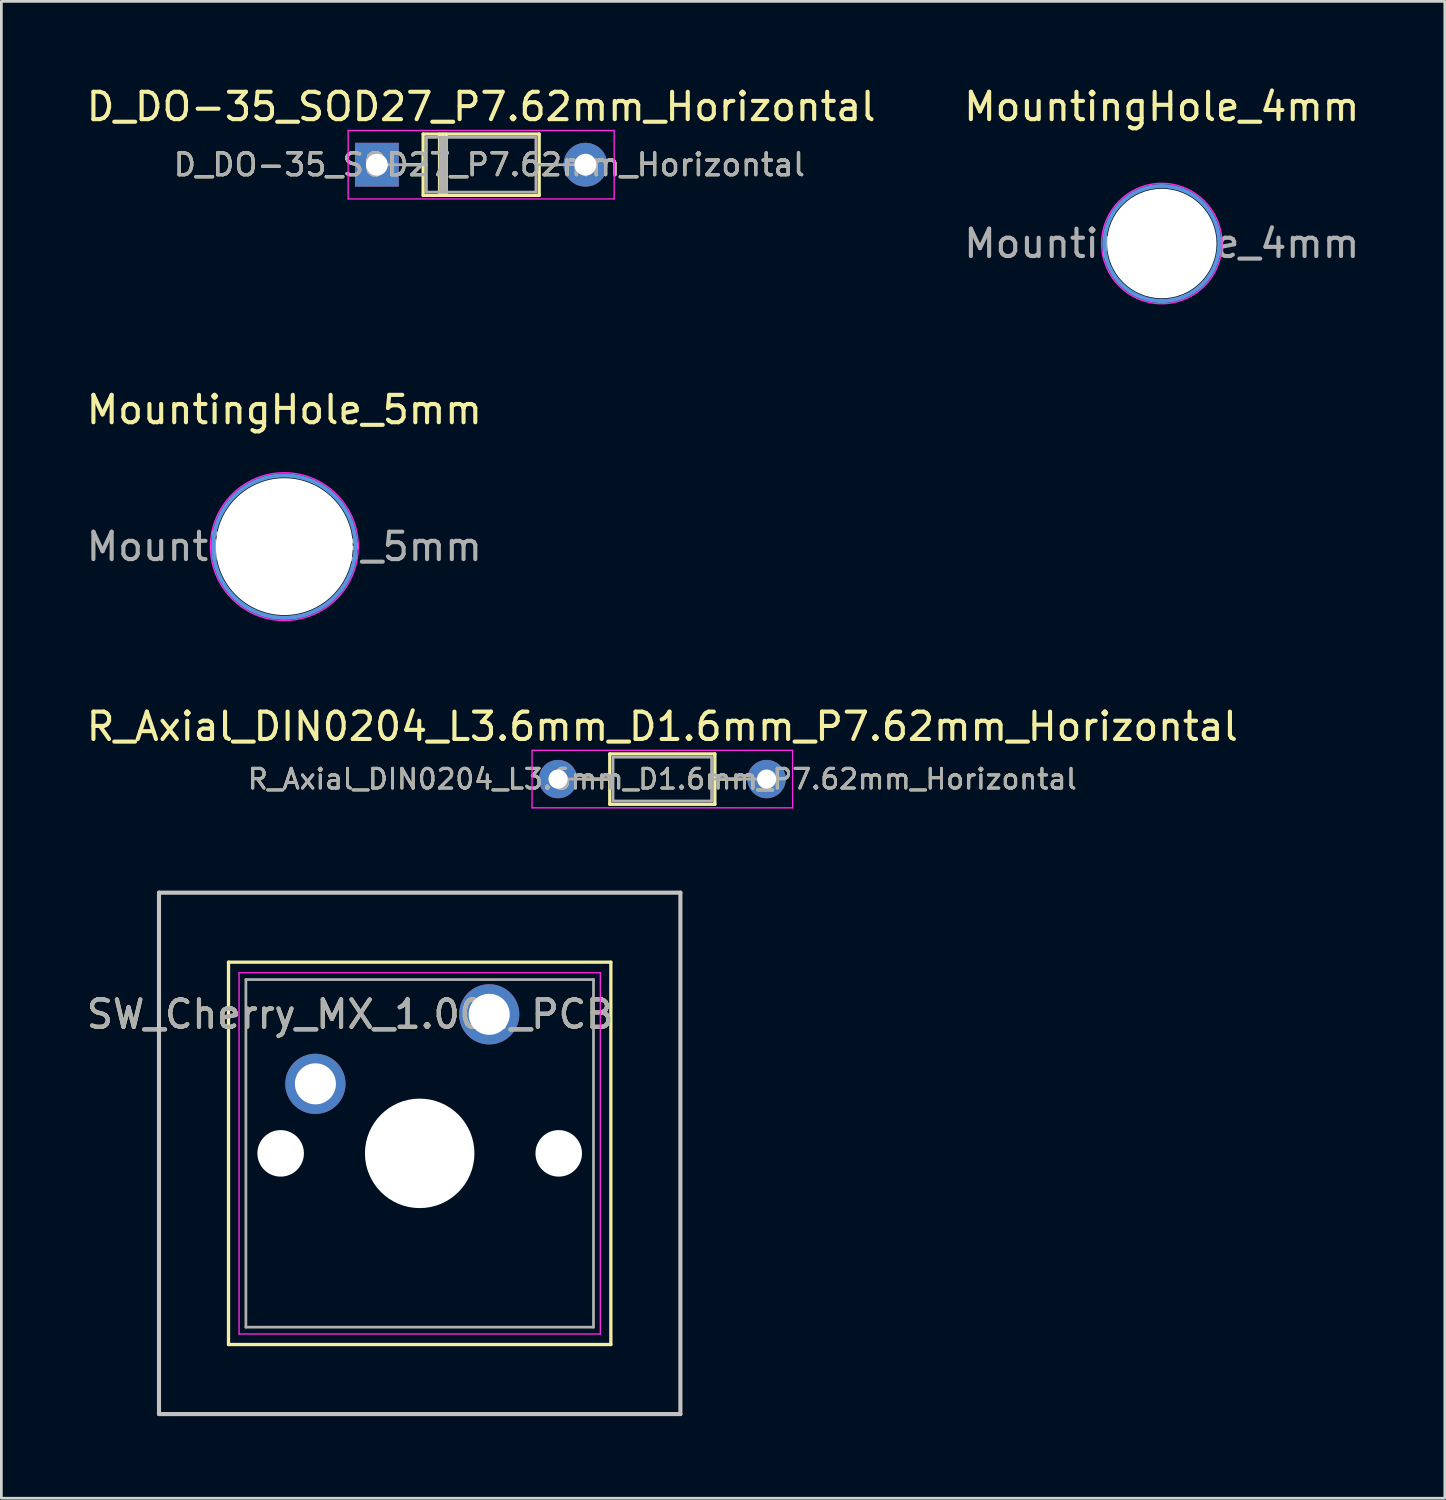
<source format=kicad_pcb>
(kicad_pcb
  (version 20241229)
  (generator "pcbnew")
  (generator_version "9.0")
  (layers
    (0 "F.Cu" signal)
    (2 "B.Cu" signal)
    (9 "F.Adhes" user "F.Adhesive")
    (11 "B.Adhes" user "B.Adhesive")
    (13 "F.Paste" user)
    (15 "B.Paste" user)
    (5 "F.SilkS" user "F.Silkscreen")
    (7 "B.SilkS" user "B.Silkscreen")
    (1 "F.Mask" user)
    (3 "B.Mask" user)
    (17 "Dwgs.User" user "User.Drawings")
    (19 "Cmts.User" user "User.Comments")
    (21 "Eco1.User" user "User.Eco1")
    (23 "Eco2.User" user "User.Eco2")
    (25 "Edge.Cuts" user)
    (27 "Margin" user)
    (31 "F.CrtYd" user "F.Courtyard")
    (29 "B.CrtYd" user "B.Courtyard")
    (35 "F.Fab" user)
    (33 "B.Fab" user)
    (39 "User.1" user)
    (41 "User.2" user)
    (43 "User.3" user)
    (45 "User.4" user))
  (footprint "MountingHole_4mm"
    (layer "F.Cu")
    (at 39.399 5.848)
    (property "Reference" "MountingHole_4mm" (at 0 -5 0) (layer "F.SilkS") (effects (font (size 1 1) (thickness 0.15))))
    (attr exclude_from_pos_files exclude_from_bom)
    (fp_circle (center 0 0) (end 2.1 0) (stroke (width 0.15) (type solid)) (fill no) (layer "Cmts.User"))
    (fp_circle (center 0 0) (end 2.2 0) (stroke (width 0.05) (type solid)) (fill no) (layer "F.CrtYd"))
    (fp_text user "${REFERENCE}" (at 0 0 0) (layer "F.Fab") (effects (font (size 1 1) (thickness 0.15))))
    (pad "" np_thru_hole circle (at 0 0) (size 4 4) (drill 4) (layers "*.Cu" "*.Mask")))
  (footprint "SW_Cherry_MX_1.00u_PCB"
    (layer "F.Cu")
    (at 14.824 34.01)
    (property "Reference" "SW_Cherry_MX_1.00u_PCB" (at -5.08 0 0) (layer "F.SilkS") (effects (font (size 1 1) (thickness 0.15))))
    (attr through_hole)
    (fp_line (start -9.525 -1.905) (end 4.445 -1.905) (stroke (width 0.12) (type solid)) (layer "F.SilkS"))
    (fp_line (start -9.525 12.065) (end -9.525 -1.905) (stroke (width 0.12) (type solid)) (layer "F.SilkS"))
    (fp_line (start 4.445 -1.905) (end 4.445 12.065) (stroke (width 0.12) (type solid)) (layer "F.SilkS"))
    (fp_line (start 4.445 12.065) (end -9.525 12.065) (stroke (width 0.12) (type solid)) (layer "F.SilkS"))
    (fp_line (start -12.065 -4.445) (end 6.985 -4.445) (stroke (width 0.15) (type solid)) (layer "Dwgs.User"))
    (fp_line (start -12.065 14.605) (end -12.065 -4.445) (stroke (width 0.15) (type solid)) (layer "Dwgs.User"))
    (fp_line (start 6.985 -4.445) (end 6.985 14.605) (stroke (width 0.15) (type solid)) (layer "Dwgs.User"))
    (fp_line (start 6.985 14.605) (end -12.065 14.605) (stroke (width 0.15) (type solid)) (layer "Dwgs.User"))
    (fp_line (start -9.14 -1.52) (end 4.06 -1.52) (stroke (width 0.05) (type solid)) (layer "F.CrtYd"))
    (fp_line (start -9.14 11.68) (end -9.14 -1.52) (stroke (width 0.05) (type solid)) (layer "F.CrtYd"))
    (fp_line (start 4.06 -1.52) (end 4.06 11.68) (stroke (width 0.05) (type solid)) (layer "F.CrtYd"))
    (fp_line (start 4.06 11.68) (end -9.14 11.68) (stroke (width 0.05) (type solid)) (layer "F.CrtYd"))
    (fp_line (start -8.89 -1.27) (end 3.81 -1.27) (stroke (width 0.1) (type solid)) (layer "F.Fab"))
    (fp_line (start -8.89 11.43) (end -8.89 -1.27) (stroke (width 0.1) (type solid)) (layer "F.Fab"))
    (fp_line (start 3.81 -1.27) (end 3.81 11.43) (stroke (width 0.1) (type solid)) (layer "F.Fab"))
    (fp_line (start 3.81 11.43) (end -8.89 11.43) (stroke (width 0.1) (type solid)) (layer "F.Fab"))
    (fp_text user "${REFERENCE}" (at -5.08 0 0) (layer "F.Fab") (effects (font (size 1 1) (thickness 0.15))))
    (pad "" np_thru_hole circle (at -7.62 5.08) (size 1.7 1.7) (drill 1.7) (layers "*.Cu" "*.Mask"))
    (pad "" np_thru_hole circle (at -2.54 5.08) (size 4 4) (drill 4) (layers "*.Cu" "*.Mask"))
    (pad "" np_thru_hole circle (at 2.54 5.08) (size 1.7 1.7) (drill 1.7) (layers "*.Cu" "*.Mask"))
    (pad "1" thru_hole circle (at 0 0) (size 2.2 2.2) (drill 1.5) (layers "*.Cu" "*.Mask"))
    (pad "2" thru_hole circle (at -6.35 2.54) (size 2.2 2.2) (drill 1.5) (layers "*.Cu" "*.Mask")))
  (footprint "MountingHole_5mm"
    (layer "F.Cu")
    (at 7.339 16.922)
    (property "Reference" "MountingHole_5mm" (at 0 -5 0) (layer "F.SilkS") (effects (font (size 1 1) (thickness 0.15))))
    (attr exclude_from_pos_files exclude_from_bom)
    (fp_circle (center 0 0) (end 2.6 0) (stroke (width 0.15) (type solid)) (fill no) (layer "Cmts.User"))
    (fp_circle (center 0 0) (end 2.7 0) (stroke (width 0.05) (type solid)) (fill no) (layer "F.CrtYd"))
    (fp_text user "${REFERENCE}" (at 0 0 0) (layer "F.Fab") (effects (font (size 1 1) (thickness 0.15))))
    (pad "" np_thru_hole circle (at 0 0) (size 5 5) (drill 5) (layers "*.Cu" "*.Mask")))
  (footprint "D_DO-35_SOD27_P7.62mm_Horizontal"
    (layer "F.Cu")
    (at 10.72 2.968)
    (property "Reference" "D_DO-35_SOD27_P7.62mm_Horizontal" (at 3.81 -2.12 0) (layer "F.SilkS") (effects (font (size 1 1) (thickness 0.15))))
    (attr through_hole)
    (fp_line (start 1.04 0) (end 1.69 0) (stroke (width 0.12) (type solid)) (layer "F.SilkS"))
    (fp_line (start 1.69 -1.12) (end 1.69 1.12) (stroke (width 0.12) (type solid)) (layer "F.SilkS"))
    (fp_line (start 1.69 1.12) (end 5.93 1.12) (stroke (width 0.12) (type solid)) (layer "F.SilkS"))
    (fp_line (start 2.29 -1.12) (end 2.29 1.12) (stroke (width 0.12) (type solid)) (layer "F.SilkS"))
    (fp_line (start 2.41 -1.12) (end 2.41 1.12) (stroke (width 0.12) (type solid)) (layer "F.SilkS"))
    (fp_line (start 2.53 -1.12) (end 2.53 1.12) (stroke (width 0.12) (type solid)) (layer "F.SilkS"))
    (fp_line (start 5.93 -1.12) (end 1.69 -1.12) (stroke (width 0.12) (type solid)) (layer "F.SilkS"))
    (fp_line (start 5.93 1.12) (end 5.93 -1.12) (stroke (width 0.12) (type solid)) (layer "F.SilkS"))
    (fp_line (start 6.58 0) (end 5.93 0) (stroke (width 0.12) (type solid)) (layer "F.SilkS"))
    (fp_line (start -1.05 -1.25) (end -1.05 1.25) (stroke (width 0.05) (type solid)) (layer "F.CrtYd"))
    (fp_line (start -1.05 1.25) (end 8.67 1.25) (stroke (width 0.05) (type solid)) (layer "F.CrtYd"))
    (fp_line (start 8.67 -1.25) (end -1.05 -1.25) (stroke (width 0.05) (type solid)) (layer "F.CrtYd"))
    (fp_line (start 8.67 1.25) (end 8.67 -1.25) (stroke (width 0.05) (type solid)) (layer "F.CrtYd"))
    (fp_line (start 0 0) (end 1.81 0) (stroke (width 0.1) (type solid)) (layer "F.Fab"))
    (fp_line (start 1.81 -1) (end 1.81 1) (stroke (width 0.1) (type solid)) (layer "F.Fab"))
    (fp_line (start 1.81 1) (end 5.81 1) (stroke (width 0.1) (type solid)) (layer "F.Fab"))
    (fp_line (start 2.31 -1) (end 2.31 1) (stroke (width 0.1) (type solid)) (layer "F.Fab"))
    (fp_line (start 2.41 -1) (end 2.41 1) (stroke (width 0.1) (type solid)) (layer "F.Fab"))
    (fp_line (start 2.51 -1) (end 2.51 1) (stroke (width 0.1) (type solid)) (layer "F.Fab"))
    (fp_line (start 5.81 -1) (end 1.81 -1) (stroke (width 0.1) (type solid)) (layer "F.Fab"))
    (fp_line (start 5.81 1) (end 5.81 -1) (stroke (width 0.1) (type solid)) (layer "F.Fab"))
    (fp_line (start 7.62 0) (end 5.81 0) (stroke (width 0.1) (type solid)) (layer "F.Fab"))
    (fp_text user "${REFERENCE}" (at 4.11 0 0) (layer "F.SilkS") (effects (font (size 0.8 0.8) (thickness 0.12))))
    (fp_text user "${REFERENCE}" (at 4.11 0 0) (layer "F.Fab") (effects (font (size 0.8 0.8) (thickness 0.12))))
    (pad "1" thru_hole rect (at 0 0) (size 1.6 1.6) (drill 0.8) (layers "*.Cu" "*.Mask"))
    (pad "2" thru_hole oval (at 7.62 0) (size 1.6 1.6) (drill 0.8) (layers "*.Cu" "*.Mask")))
  (footprint "R_Axial_DIN0204_L3.6mm_D1.6mm_P7.62mm_Horizontal"
    (layer "F.Cu")
    (at 17.339 25.415)
    (property "Reference" "R_Axial_DIN0204_L3.6mm_D1.6mm_P7.62mm_Horizontal" (at 3.81 -1.92 0) (layer "F.SilkS") (effects (font (size 1 1) (thickness 0.15))))
    (attr through_hole)
    (fp_line (start 0.94 0) (end 1.89 0) (stroke (width 0.12) (type solid)) (layer "F.SilkS"))
    (fp_line (start 1.89 -0.92) (end 1.89 0.92) (stroke (width 0.12) (type solid)) (layer "F.SilkS"))
    (fp_line (start 1.89 0.92) (end 5.73 0.92) (stroke (width 0.12) (type solid)) (layer "F.SilkS"))
    (fp_line (start 5.73 -0.92) (end 1.89 -0.92) (stroke (width 0.12) (type solid)) (layer "F.SilkS"))
    (fp_line (start 5.73 0.92) (end 5.73 -0.92) (stroke (width 0.12) (type solid)) (layer "F.SilkS"))
    (fp_line (start 6.68 0) (end 5.73 0) (stroke (width 0.12) (type solid)) (layer "F.SilkS"))
    (fp_line (start -0.95 -1.05) (end -0.95 1.05) (stroke (width 0.05) (type solid)) (layer "F.CrtYd"))
    (fp_line (start -0.95 1.05) (end 8.57 1.05) (stroke (width 0.05) (type solid)) (layer "F.CrtYd"))
    (fp_line (start 8.57 -1.05) (end -0.95 -1.05) (stroke (width 0.05) (type solid)) (layer "F.CrtYd"))
    (fp_line (start 8.57 1.05) (end 8.57 -1.05) (stroke (width 0.05) (type solid)) (layer "F.CrtYd"))
    (fp_line (start 0 0) (end 2.01 0) (stroke (width 0.1) (type solid)) (layer "F.Fab"))
    (fp_line (start 2.01 -0.8) (end 2.01 0.8) (stroke (width 0.1) (type solid)) (layer "F.Fab"))
    (fp_line (start 2.01 0.8) (end 5.61 0.8) (stroke (width 0.1) (type solid)) (layer "F.Fab"))
    (fp_line (start 5.61 -0.8) (end 2.01 -0.8) (stroke (width 0.1) (type solid)) (layer "F.Fab"))
    (fp_line (start 5.61 0.8) (end 5.61 -0.8) (stroke (width 0.1) (type solid)) (layer "F.Fab"))
    (fp_line (start 7.62 0) (end 5.61 0) (stroke (width 0.1) (type solid)) (layer "F.Fab"))
    (fp_text user "${REFERENCE}" (at 3.81 0 0) (layer "F.SilkS") (effects (font (size 0.72 0.72) (thickness 0.108))))
    (fp_text user "${REFERENCE}" (at 3.81 0 0) (layer "F.Fab") (effects (font (size 0.72 0.72) (thickness 0.108))))
    (pad "1" thru_hole circle (at 0 0) (size 1.4 1.4) (drill 0.7) (layers "*.Cu" "*.Mask"))
    (pad "2" thru_hole oval (at 7.62 0) (size 1.4 1.4) (drill 0.7) (layers "*.Cu" "*.Mask")))
  (gr_rect
    (start -3 -3)
    (end 49.738 51.69)
    (stroke (width 0.1) (type default))
    (fill no)
    (layer "Edge.Cuts")))
</source>
